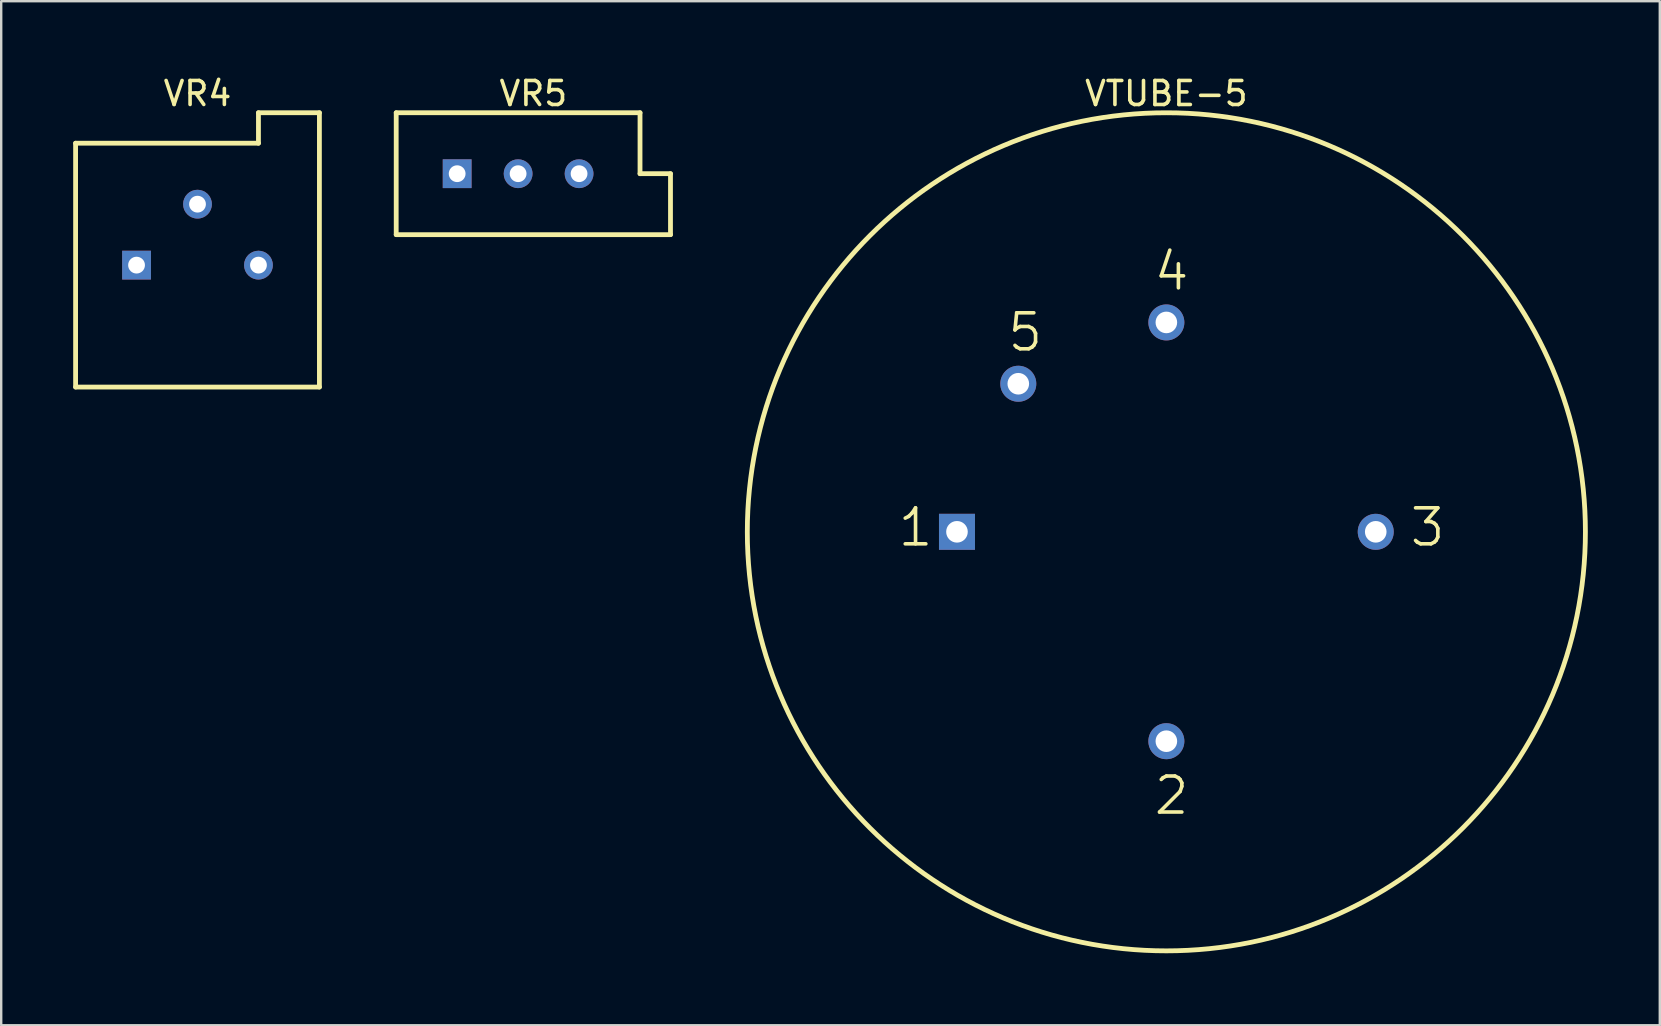
<source format=kicad_pcb>
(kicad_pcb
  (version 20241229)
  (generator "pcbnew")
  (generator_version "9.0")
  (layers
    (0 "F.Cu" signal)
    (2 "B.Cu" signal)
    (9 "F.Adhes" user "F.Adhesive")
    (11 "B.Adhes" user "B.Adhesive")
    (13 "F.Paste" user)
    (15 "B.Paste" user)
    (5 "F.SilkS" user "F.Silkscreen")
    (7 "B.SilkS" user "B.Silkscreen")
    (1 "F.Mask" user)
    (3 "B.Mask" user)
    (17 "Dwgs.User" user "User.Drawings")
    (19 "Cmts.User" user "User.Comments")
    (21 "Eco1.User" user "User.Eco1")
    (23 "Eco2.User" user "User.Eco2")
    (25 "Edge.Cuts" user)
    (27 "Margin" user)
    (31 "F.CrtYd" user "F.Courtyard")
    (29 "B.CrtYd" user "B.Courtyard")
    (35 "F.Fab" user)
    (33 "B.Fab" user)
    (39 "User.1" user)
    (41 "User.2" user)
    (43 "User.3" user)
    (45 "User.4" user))
  (footprint "VR4"
    (layer "F.Cu")
    (at 5.18 6.728)
    (property "Reference" "VR4" (at 0 -5.88 0) (layer "F.SilkS") (effects (font (size 1 1) (thickness 0.15))))
    (fp_line (start -5.08 -3.81) (end 2.54 -3.81) (stroke (width 0.2) (type solid)) (layer "F.SilkS"))
    (fp_line (start -5.08 6.35) (end -5.08 -3.81) (stroke (width 0.2) (type solid)) (layer "F.SilkS"))
    (fp_line (start -5.08 6.35) (end 5.08 6.35) (stroke (width 0.2) (type solid)) (layer "F.SilkS"))
    (fp_line (start 2.54 -5.08) (end 5.08 -5.08) (stroke (width 0.2) (type solid)) (layer "F.SilkS"))
    (fp_line (start 2.54 -3.81) (end 2.54 -5.08) (stroke (width 0.2) (type solid)) (layer "F.SilkS"))
    (fp_line (start 5.08 6.35) (end 5.08 -5.08) (stroke (width 0.2) (type solid)) (layer "F.SilkS"))
    (pad "1" thru_hole rect (at -2.54 1.27) (size 1.2 1.2) (drill 0.7) (layers "*.Cu" "*.Mask"))
    (pad "2" thru_hole circle (at 0 -1.27) (size 1.2 1.2) (drill 0.7) (layers "*.Cu" "*.Mask"))
    (pad "3" thru_hole circle (at 2.54 1.27) (size 1.2 1.2) (drill 0.7) (layers "*.Cu" "*.Mask")))
  (footprint "VTUBE-5"
    (layer "F.Cu")
    (at 45.553 19.111)
    (property "Reference" "VTUBE-5" (at 0 -18.262 0) (layer "F.SilkS") (effects (font (size 1 1) (thickness 0.15))))
    (fp_circle (center 0 0) (end 0 -17.462) (stroke (width 0.2) (type solid)) (fill no) (layer "F.SilkS"))
    (fp_text user "2" (at -0.597 11.868 0) (unlocked yes) (layer "F.SilkS") (effects (font (size 1.5 1.5) (thickness 0.15)) (justify left bottom)))
    (fp_text user "3" (at 10.071 0.692 0) (unlocked yes) (layer "F.SilkS") (effects (font (size 1.5 1.5) (thickness 0.15)) (justify left bottom)))
    (fp_text user "1" (at -11.265 0.692 0) (unlocked yes) (layer "F.SilkS") (effects (font (size 1.5 1.5) (thickness 0.15)) (justify left bottom)))
    (fp_text user "5" (at -6.693 -7.436 0) (unlocked yes) (layer "F.SilkS") (effects (font (size 1.5 1.5) (thickness 0.15)) (justify left bottom)))
    (fp_text user "4" (at -0.597 -9.976 0) (unlocked yes) (layer "F.SilkS") (effects (font (size 1.5 1.5) (thickness 0.15)) (justify left bottom)))
    (pad "1" thru_hole rect (at -8.725 0) (size 1.5 1.5) (drill 0.9) (layers "*.Cu" "*.Mask"))
    (pad "2" thru_hole circle (at 0 8.725) (size 1.5 1.5) (drill 0.9) (layers "*.Cu" "*.Mask"))
    (pad "3" thru_hole circle (at 8.725 0) (size 1.5 1.5) (drill 0.9) (layers "*.Cu" "*.Mask"))
    (pad "4" thru_hole circle (at 0 -8.725) (size 1.5 1.5) (drill 0.9) (layers "*.Cu" "*.Mask"))
    (pad "5" thru_hole circle (at -6.17 -6.17) (size 1.5 1.5) (drill 0.9) (layers "*.Cu" "*.Mask")))
  (footprint "VR5"
    (layer "F.Cu")
    (at 18.54 4.188)
    (property "Reference" "VR5" (at 0.635 -3.34 0) (layer "F.SilkS") (effects (font (size 1 1) (thickness 0.15))))
    (fp_line (start -5.08 -2.54) (end 5.08 -2.54) (stroke (width 0.2) (type solid)) (layer "F.SilkS"))
    (fp_line (start -5.08 2.54) (end -5.08 -2.54) (stroke (width 0.2) (type solid)) (layer "F.SilkS"))
    (fp_line (start -5.08 2.54) (end 6.35 2.54) (stroke (width 0.2) (type solid)) (layer "F.SilkS"))
    (fp_line (start 5.08 0) (end 5.08 -2.54) (stroke (width 0.2) (type solid)) (layer "F.SilkS"))
    (fp_line (start 5.08 0) (end 6.35 0) (stroke (width 0.2) (type solid)) (layer "F.SilkS"))
    (fp_line (start 6.35 2.54) (end 6.35 0) (stroke (width 0.2) (type solid)) (layer "F.SilkS"))
    (pad "1" thru_hole rect (at -2.54 0) (size 1.2 1.2) (drill 0.7) (layers "*.Cu" "*.Mask"))
    (pad "2" thru_hole circle (at 0 0) (size 1.2 1.2) (drill 0.7) (layers "*.Cu" "*.Mask"))
    (pad "3" thru_hole circle (at 2.54 0) (size 1.2 1.2) (drill 0.7) (layers "*.Cu" "*.Mask")))
  (gr_rect
    (start -3 -3)
    (end 66.115 39.673)
    (stroke (width 0.1) (type default))
    (fill no)
    (layer "Edge.Cuts")))
</source>
